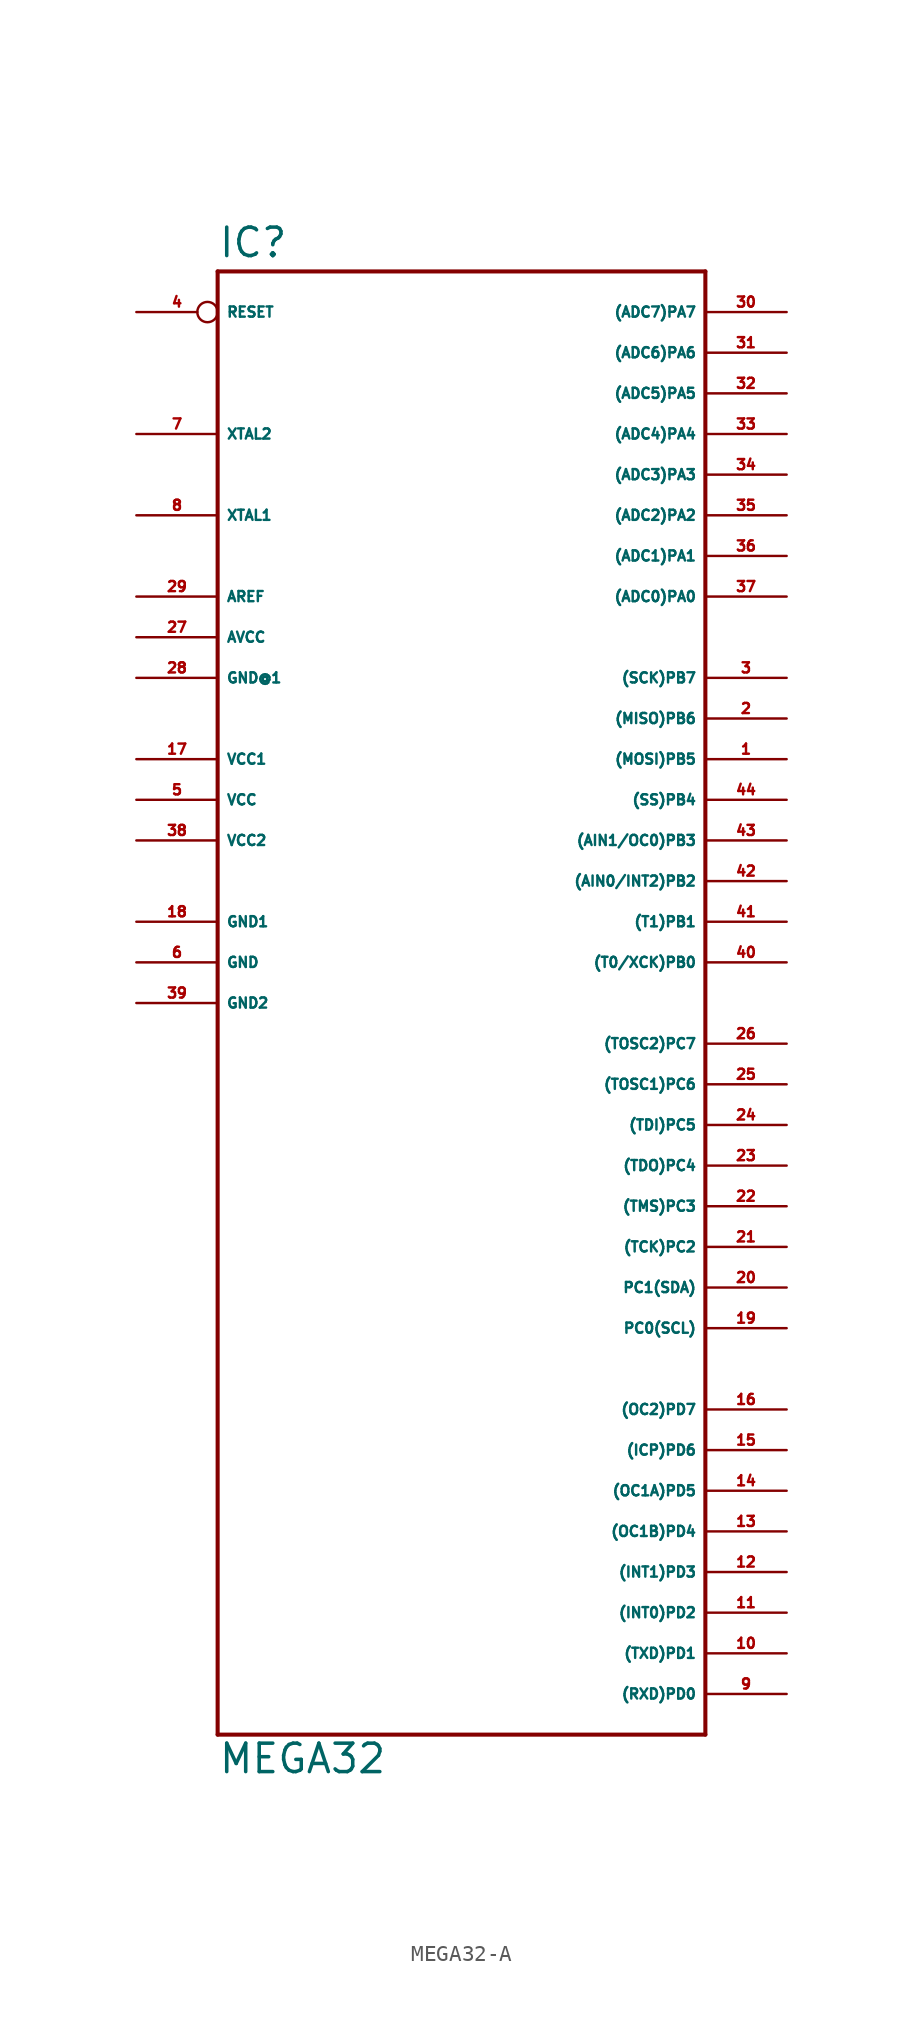
<source format=kicad_sym>
(kicad_symbol_lib
  (version 20220914)
  (generator Eagle2Kicad)
  (symbol "MEGA32-A"
    (property "Reference" "IC"
      (at -15.24 46.482 0)
      (effects (font (size 1.778 1.778) (thickness 0.22)) (justify left bottom)))
    (property "Value" "MEGA32"
      (at -15.24 -48.26 0)
      (effects (font (size 1.778 1.778) (thickness 0.22)) (justify left bottom)))
    (polyline
      (pts (xy -15.24 45.72) (xy 15.24 45.72))
      (stroke (width 0.254) (type default))
      (fill (type none)))
    (polyline
      (pts (xy 15.24 45.72) (xy 15.24 -45.72))
      (stroke (width 0.254) (type default))
      (fill (type none)))
    (polyline
      (pts (xy 15.24 -45.72) (xy -15.24 -45.72))
      (stroke (width 0.254) (type default))
      (fill (type none)))
    (polyline
      (pts (xy -15.24 -45.72) (xy -15.24 45.72))
      (stroke (width 0.254) (type default))
      (fill (type none)))
    (pin bidirectional line
      (at 20.32 43.18 180)
      (length 5.08)
      (name "(ADC7)PA7" (effects (font (size 0.635 0.635) (thickness 0.08)) (justify left bottom)))
      (number "30" (effects (font (size 0.635 0.635) (thickness 0.08)) (justify left bottom))))
    (pin bidirectional line
      (at 20.32 40.64 180)
      (length 5.08)
      (name "(ADC6)PA6" (effects (font (size 0.635 0.635) (thickness 0.08)) (justify left bottom)))
      (number "31" (effects (font (size 0.635 0.635) (thickness 0.08)) (justify left bottom))))
    (pin bidirectional line
      (at 20.32 38.1 180)
      (length 5.08)
      (name "(ADC5)PA5" (effects (font (size 0.635 0.635) (thickness 0.08)) (justify left bottom)))
      (number "32" (effects (font (size 0.635 0.635) (thickness 0.08)) (justify left bottom))))
    (pin bidirectional line
      (at 20.32 35.56 180)
      (length 5.08)
      (name "(ADC4)PA4" (effects (font (size 0.635 0.635) (thickness 0.08)) (justify left bottom)))
      (number "33" (effects (font (size 0.635 0.635) (thickness 0.08)) (justify left bottom))))
    (pin bidirectional line
      (at 20.32 33.02 180)
      (length 5.08)
      (name "(ADC3)PA3" (effects (font (size 0.635 0.635) (thickness 0.08)) (justify left bottom)))
      (number "34" (effects (font (size 0.635 0.635) (thickness 0.08)) (justify left bottom))))
    (pin bidirectional line
      (at 20.32 30.48 180)
      (length 5.08)
      (name "(ADC2)PA2" (effects (font (size 0.635 0.635) (thickness 0.08)) (justify left bottom)))
      (number "35" (effects (font (size 0.635 0.635) (thickness 0.08)) (justify left bottom))))
    (pin bidirectional line
      (at 20.32 27.94 180)
      (length 5.08)
      (name "(ADC1)PA1" (effects (font (size 0.635 0.635) (thickness 0.08)) (justify left bottom)))
      (number "36" (effects (font (size 0.635 0.635) (thickness 0.08)) (justify left bottom))))
    (pin bidirectional line
      (at 20.32 25.4 180)
      (length 5.08)
      (name "(ADC0)PA0" (effects (font (size 0.635 0.635) (thickness 0.08)) (justify left bottom)))
      (number "37" (effects (font (size 0.635 0.635) (thickness 0.08)) (justify left bottom))))
    (pin bidirectional line
      (at 20.32 20.32 180)
      (length 5.08)
      (name "(SCK)PB7" (effects (font (size 0.635 0.635) (thickness 0.08)) (justify left bottom)))
      (number "3" (effects (font (size 0.635 0.635) (thickness 0.08)) (justify left bottom))))
    (pin bidirectional line
      (at 20.32 17.78 180)
      (length 5.08)
      (name "(MISO)PB6" (effects (font (size 0.635 0.635) (thickness 0.08)) (justify left bottom)))
      (number "2" (effects (font (size 0.635 0.635) (thickness 0.08)) (justify left bottom))))
    (pin bidirectional line
      (at 20.32 15.24 180)
      (length 5.08)
      (name "(MOSI)PB5" (effects (font (size 0.635 0.635) (thickness 0.08)) (justify left bottom)))
      (number "1" (effects (font (size 0.635 0.635) (thickness 0.08)) (justify left bottom))))
    (pin bidirectional line
      (at 20.32 12.7 180)
      (length 5.08)
      (name "(SS)PB4" (effects (font (size 0.635 0.635) (thickness 0.08)) (justify left bottom)))
      (number "44" (effects (font (size 0.635 0.635) (thickness 0.08)) (justify left bottom))))
    (pin bidirectional line
      (at 20.32 10.16 180)
      (length 5.08)
      (name "(AIN1/OC0)PB3" (effects (font (size 0.635 0.635) (thickness 0.08)) (justify left bottom)))
      (number "43" (effects (font (size 0.635 0.635) (thickness 0.08)) (justify left bottom))))
    (pin bidirectional line
      (at 20.32 7.62 180)
      (length 5.08)
      (name "(AIN0/INT2)PB2" (effects (font (size 0.635 0.635) (thickness 0.08)) (justify left bottom)))
      (number "42" (effects (font (size 0.635 0.635) (thickness 0.08)) (justify left bottom))))
    (pin bidirectional line
      (at 20.32 5.08 180)
      (length 5.08)
      (name "(T1)PB1" (effects (font (size 0.635 0.635) (thickness 0.08)) (justify left bottom)))
      (number "41" (effects (font (size 0.635 0.635) (thickness 0.08)) (justify left bottom))))
    (pin bidirectional line
      (at 20.32 2.54 180)
      (length 5.08)
      (name "(T0/XCK)PB0" (effects (font (size 0.635 0.635) (thickness 0.08)) (justify left bottom)))
      (number "40" (effects (font (size 0.635 0.635) (thickness 0.08)) (justify left bottom))))
    (pin bidirectional line
      (at 20.32 -2.54 180)
      (length 5.08)
      (name "(TOSC2)PC7" (effects (font (size 0.635 0.635) (thickness 0.08)) (justify left bottom)))
      (number "26" (effects (font (size 0.635 0.635) (thickness 0.08)) (justify left bottom))))
    (pin bidirectional line
      (at 20.32 -5.08 180)
      (length 5.08)
      (name "(TOSC1)PC6" (effects (font (size 0.635 0.635) (thickness 0.08)) (justify left bottom)))
      (number "25" (effects (font (size 0.635 0.635) (thickness 0.08)) (justify left bottom))))
    (pin bidirectional line
      (at 20.32 -7.62 180)
      (length 5.08)
      (name "(TDI)PC5" (effects (font (size 0.635 0.635) (thickness 0.08)) (justify left bottom)))
      (number "24" (effects (font (size 0.635 0.635) (thickness 0.08)) (justify left bottom))))
    (pin bidirectional line
      (at 20.32 -10.16 180)
      (length 5.08)
      (name "(TDO)PC4" (effects (font (size 0.635 0.635) (thickness 0.08)) (justify left bottom)))
      (number "23" (effects (font (size 0.635 0.635) (thickness 0.08)) (justify left bottom))))
    (pin bidirectional line
      (at 20.32 -12.7 180)
      (length 5.08)
      (name "(TMS)PC3" (effects (font (size 0.635 0.635) (thickness 0.08)) (justify left bottom)))
      (number "22" (effects (font (size 0.635 0.635) (thickness 0.08)) (justify left bottom))))
    (pin bidirectional line
      (at 20.32 -15.24 180)
      (length 5.08)
      (name "(TCK)PC2" (effects (font (size 0.635 0.635) (thickness 0.08)) (justify left bottom)))
      (number "21" (effects (font (size 0.635 0.635) (thickness 0.08)) (justify left bottom))))
    (pin bidirectional line
      (at 20.32 -17.78 180)
      (length 5.08)
      (name "PC1(SDA)" (effects (font (size 0.635 0.635) (thickness 0.08)) (justify left bottom)))
      (number "20" (effects (font (size 0.635 0.635) (thickness 0.08)) (justify left bottom))))
    (pin bidirectional line
      (at 20.32 -20.32 180)
      (length 5.08)
      (name "PC0(SCL)" (effects (font (size 0.635 0.635) (thickness 0.08)) (justify left bottom)))
      (number "19" (effects (font (size 0.635 0.635) (thickness 0.08)) (justify left bottom))))
    (pin unspecified line
      (at -20.32 20.32 0)
      (length 5.08)
      (name "GND@1" (effects (font (size 0.635 0.635) (thickness 0.08)) (justify left bottom)))
      (number "28" (effects (font (size 0.635 0.635) (thickness 0.08)) (justify left bottom))))
    (pin unspecified line
      (at -20.32 22.86 0)
      (length 5.08)
      (name "AVCC" (effects (font (size 0.635 0.635) (thickness 0.08)) (justify left bottom)))
      (number "27" (effects (font (size 0.635 0.635) (thickness 0.08)) (justify left bottom))))
    (pin passive line
      (at -20.32 25.4 0)
      (length 5.08)
      (name "AREF" (effects (font (size 0.635 0.635) (thickness 0.08)) (justify left bottom)))
      (number "29" (effects (font (size 0.635 0.635) (thickness 0.08)) (justify left bottom))))
    (pin bidirectional line
      (at -20.32 30.48 0)
      (length 5.08)
      (name "XTAL1" (effects (font (size 0.635 0.635) (thickness 0.08)) (justify left bottom)))
      (number "8" (effects (font (size 0.635 0.635) (thickness 0.08)) (justify left bottom))))
    (pin bidirectional line
      (at -20.32 35.56 0)
      (length 5.08)
      (name "XTAL2" (effects (font (size 0.635 0.635) (thickness 0.08)) (justify left bottom)))
      (number "7" (effects (font (size 0.635 0.635) (thickness 0.08)) (justify left bottom))))
    (pin unspecified line
      (at -20.32 5.08 0)
      (length 5.08)
      (name "GND1" (effects (font (size 0.635 0.635) (thickness 0.08)) (justify left bottom)))
      (number "18" (effects (font (size 0.635 0.635) (thickness 0.08)) (justify left bottom))))
    (pin unspecified line
      (at -20.32 0 0)
      (length 5.08)
      (name "GND2" (effects (font (size 0.635 0.635) (thickness 0.08)) (justify left bottom)))
      (number "39" (effects (font (size 0.635 0.635) (thickness 0.08)) (justify left bottom))))
    (pin input inverted
      (at -20.32 43.18 0)
      (length 5.08)
      (name "RESET" (effects (font (size 0.635 0.635) (thickness 0.08)) (justify left bottom)))
      (number "4" (effects (font (size 0.635 0.635) (thickness 0.08)) (justify left bottom))))
    (pin bidirectional line
      (at 20.32 -43.18 180)
      (length 5.08)
      (name "(RXD)PD0" (effects (font (size 0.635 0.635) (thickness 0.08)) (justify left bottom)))
      (number "9" (effects (font (size 0.635 0.635) (thickness 0.08)) (justify left bottom))))
    (pin bidirectional line
      (at 20.32 -40.64 180)
      (length 5.08)
      (name "(TXD)PD1" (effects (font (size 0.635 0.635) (thickness 0.08)) (justify left bottom)))
      (number "10" (effects (font (size 0.635 0.635) (thickness 0.08)) (justify left bottom))))
    (pin bidirectional line
      (at 20.32 -38.1 180)
      (length 5.08)
      (name "(INT0)PD2" (effects (font (size 0.635 0.635) (thickness 0.08)) (justify left bottom)))
      (number "11" (effects (font (size 0.635 0.635) (thickness 0.08)) (justify left bottom))))
    (pin bidirectional line
      (at 20.32 -35.56 180)
      (length 5.08)
      (name "(INT1)PD3" (effects (font (size 0.635 0.635) (thickness 0.08)) (justify left bottom)))
      (number "12" (effects (font (size 0.635 0.635) (thickness 0.08)) (justify left bottom))))
    (pin bidirectional line
      (at 20.32 -33.02 180)
      (length 5.08)
      (name "(OC1B)PD4" (effects (font (size 0.635 0.635) (thickness 0.08)) (justify left bottom)))
      (number "13" (effects (font (size 0.635 0.635) (thickness 0.08)) (justify left bottom))))
    (pin bidirectional line
      (at 20.32 -30.48 180)
      (length 5.08)
      (name "(OC1A)PD5" (effects (font (size 0.635 0.635) (thickness 0.08)) (justify left bottom)))
      (number "14" (effects (font (size 0.635 0.635) (thickness 0.08)) (justify left bottom))))
    (pin bidirectional line
      (at 20.32 -27.94 180)
      (length 5.08)
      (name "(ICP)PD6" (effects (font (size 0.635 0.635) (thickness 0.08)) (justify left bottom)))
      (number "15" (effects (font (size 0.635 0.635) (thickness 0.08)) (justify left bottom))))
    (pin bidirectional line
      (at 20.32 -25.4 180)
      (length 5.08)
      (name "(OC2)PD7" (effects (font (size 0.635 0.635) (thickness 0.08)) (justify left bottom)))
      (number "16" (effects (font (size 0.635 0.635) (thickness 0.08)) (justify left bottom))))
    (pin unspecified line
      (at -20.32 15.24 0)
      (length 5.08)
      (name "VCC1" (effects (font (size 0.635 0.635) (thickness 0.08)) (justify left bottom)))
      (number "17" (effects (font (size 0.635 0.635) (thickness 0.08)) (justify left bottom))))
    (pin unspecified line
      (at -20.32 12.7 0)
      (length 5.08)
      (name "VCC" (effects (font (size 0.635 0.635) (thickness 0.08)) (justify left bottom)))
      (number "5" (effects (font (size 0.635 0.635) (thickness 0.08)) (justify left bottom))))
    (pin unspecified line
      (at -20.32 10.16 0)
      (length 5.08)
      (name "VCC2" (effects (font (size 0.635 0.635) (thickness 0.08)) (justify left bottom)))
      (number "38" (effects (font (size 0.635 0.635) (thickness 0.08)) (justify left bottom))))
    (pin unspecified line
      (at -20.32 2.54 0)
      (length 5.08)
      (name "GND" (effects (font (size 0.635 0.635) (thickness 0.08)) (justify left bottom)))
      (number "6" (effects (font (size 0.635 0.635) (thickness 0.08)) (justify left bottom))))))
</source>
